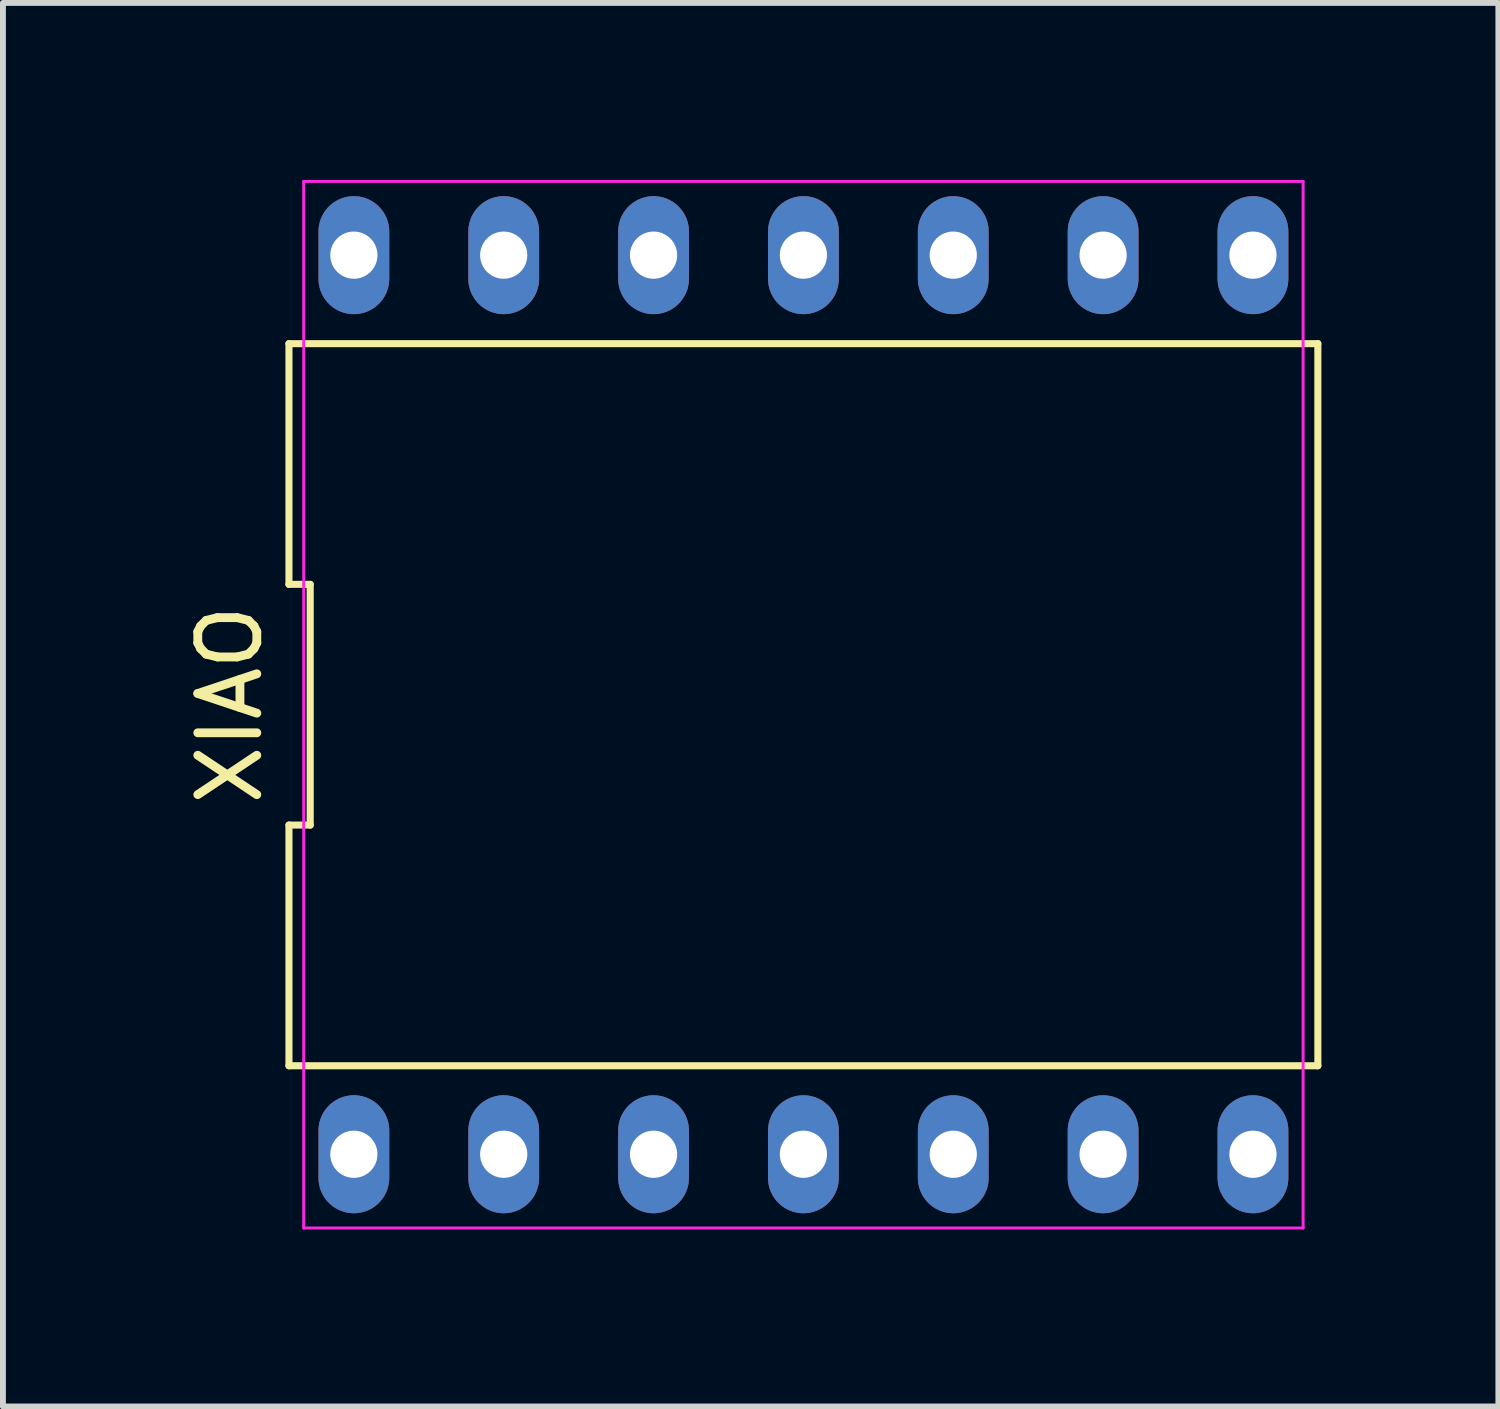
<source format=kicad_pcb>
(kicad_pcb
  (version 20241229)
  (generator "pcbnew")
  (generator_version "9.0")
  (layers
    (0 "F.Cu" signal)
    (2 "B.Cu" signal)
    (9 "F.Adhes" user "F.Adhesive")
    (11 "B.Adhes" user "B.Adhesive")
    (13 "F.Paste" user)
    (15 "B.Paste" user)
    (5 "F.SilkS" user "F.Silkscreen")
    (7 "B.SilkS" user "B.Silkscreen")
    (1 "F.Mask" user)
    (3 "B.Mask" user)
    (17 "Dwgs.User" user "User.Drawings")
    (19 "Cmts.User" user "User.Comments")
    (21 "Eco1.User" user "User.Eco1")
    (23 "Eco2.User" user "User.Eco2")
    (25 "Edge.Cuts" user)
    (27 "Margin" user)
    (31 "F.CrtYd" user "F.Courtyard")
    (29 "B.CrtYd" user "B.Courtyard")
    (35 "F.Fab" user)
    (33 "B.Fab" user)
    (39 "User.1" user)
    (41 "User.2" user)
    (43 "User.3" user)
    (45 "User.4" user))
  (footprint "XIAO"
    (layer "F.Cu")
    (at 10.568 8.895)
    (property "Reference" "XIAO" (at -9.72 0 90) (layer "F.SilkS") (effects (font (size 1 1) (thickness 0.15))))
    (attr through_hole)
    (fp_line (start -8.72 -6.12) (end -8.72 -2.04) (stroke (width 0.12) (type solid)) (layer "F.SilkS"))
    (fp_line (start -8.72 -2.04) (end -8.36 -2.04) (stroke (width 0.12) (type solid)) (layer "F.SilkS"))
    (fp_line (start -8.72 2.04) (end -8.72 6.12) (stroke (width 0.12) (type solid)) (layer "F.SilkS"))
    (fp_line (start -8.72 6.12) (end 8.72 6.12) (stroke (width 0.12) (type solid)) (layer "F.SilkS"))
    (fp_line (start -8.36 -2.04) (end -8.36 2.04) (stroke (width 0.12) (type solid)) (layer "F.SilkS"))
    (fp_line (start -8.36 2.04) (end -8.72 2.04) (stroke (width 0.12) (type solid)) (layer "F.SilkS"))
    (fp_line (start 8.72 -6.12) (end -8.72 -6.12) (stroke (width 0.12) (type solid)) (layer "F.SilkS"))
    (fp_line (start 8.72 6.12) (end 8.72 -6.12) (stroke (width 0.12) (type solid)) (layer "F.SilkS"))
    (fp_line (start -8.47 -8.87) (end 8.47 -8.87) (stroke (width 0.05) (type solid)) (layer "F.CrtYd"))
    (fp_line (start -8.47 8.87) (end -8.47 -8.87) (stroke (width 0.05) (type solid)) (layer "F.CrtYd"))
    (fp_line (start 8.47 -8.87) (end 8.47 8.87) (stroke (width 0.05) (type solid)) (layer "F.CrtYd"))
    (fp_line (start 8.47 8.87) (end -8.47 8.87) (stroke (width 0.05) (type solid)) (layer "F.CrtYd"))
    (pad "1" thru_hole oval (at -7.62 7.62) (size 1.2 2) (drill 0.8) (layers "*.Cu" "*.Mask"))
    (pad "2" thru_hole oval (at -5.08 7.62) (size 1.2 2) (drill 0.8) (layers "*.Cu" "*.Mask"))
    (pad "3" thru_hole oval (at -2.54 7.62) (size 1.2 2) (drill 0.8) (layers "*.Cu" "*.Mask"))
    (pad "4" thru_hole oval (at 0 7.62) (size 1.2 2) (drill 0.8) (layers "*.Cu" "*.Mask"))
    (pad "5" thru_hole oval (at 2.54 7.62) (size 1.2 2) (drill 0.8) (layers "*.Cu" "*.Mask"))
    (pad "6" thru_hole oval (at 5.08 7.62) (size 1.2 2) (drill 0.8) (layers "*.Cu" "*.Mask"))
    (pad "7" thru_hole oval (at 7.62 7.62) (size 1.2 2) (drill 0.8) (layers "*.Cu" "*.Mask"))
    (pad "8" thru_hole oval (at 7.62 -7.62) (size 1.2 2) (drill 0.8) (layers "*.Cu" "*.Mask"))
    (pad "9" thru_hole oval (at 5.08 -7.62) (size 1.2 2) (drill 0.8) (layers "*.Cu" "*.Mask"))
    (pad "10" thru_hole oval (at 2.54 -7.62) (size 1.2 2) (drill 0.8) (layers "*.Cu" "*.Mask"))
    (pad "11" thru_hole oval (at 0 -7.62) (size 1.2 2) (drill 0.8) (layers "*.Cu" "*.Mask"))
    (pad "12" thru_hole oval (at -2.54 -7.62) (size 1.2 2) (drill 0.8) (layers "*.Cu" "*.Mask"))
    (pad "13" thru_hole oval (at -5.08 -7.62) (size 1.2 2) (drill 0.8) (layers "*.Cu" "*.Mask"))
    (pad "14" thru_hole oval (at -7.62 -7.62) (size 1.2 2) (drill 0.8) (layers "*.Cu" "*.Mask")))
  (gr_rect
    (start -3 -3)
    (end 22.348 20.79)
    (stroke (width 0.1) (type default))
    (fill no)
    (layer "Edge.Cuts")))
</source>
